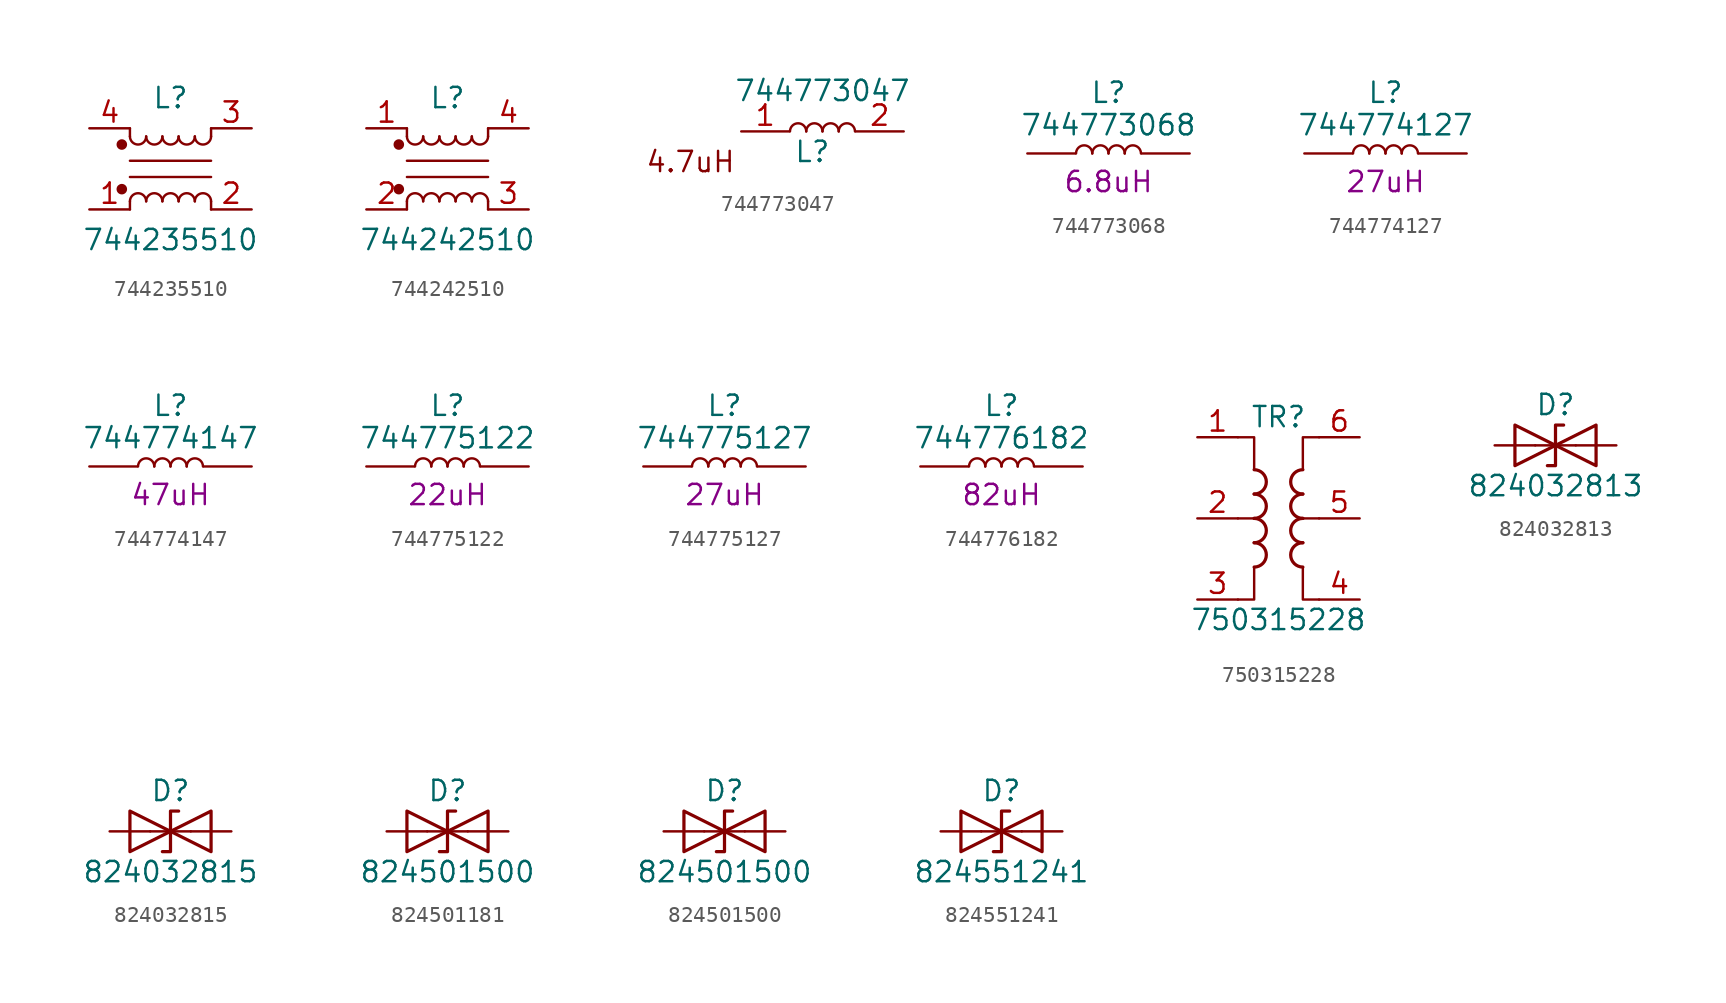
<source format=kicad_sym>
(kicad_symbol_lib
  (version 20231120)
  (generator "kicad_symbol_editor")
  (generator_version "8.0")
  (symbol "744235510"
    (pin_names
      (offset 0.254) hide)
    (property "Reference" "L"
      (at 0 4.445 0)
      (effects (font (size 1.27 1.27))))
    (property "Value" "744235510"
      (at 0 -4.445 0)
      (effects (font (size 1.27 1.27))))
    (symbol "744235510_0_1"
      (circle (center -3.048 -1.27) (radius 0.254) (stroke (width 0) (type default)) (fill (type outline)))
      (circle (center -3.048 1.524) (radius 0.254) (stroke (width 0) (type default)) (fill (type outline)))
      (arc (start -2.54 2.032) (mid -2.032 1.5262) (end -1.524 2.032) (stroke (width 0) (type default)) (fill (type none)))
      (arc (start -1.524 -2.032) (mid -2.032 -1.5262) (end -2.54 -2.032) (stroke (width 0) (type default)) (fill (type none)))
      (arc (start -1.524 2.032) (mid -1.016 1.5262) (end -0.508 2.032) (stroke (width 0) (type default)) (fill (type none)))
      (arc (start -0.508 -2.032) (mid -1.016 -1.5262) (end -1.524 -2.032) (stroke (width 0) (type default)) (fill (type none)))
      (arc (start -0.508 2.032) (mid 0 1.5262) (end 0.508 2.032) (stroke (width 0) (type default)) (fill (type none)))
      (polyline (pts (xy -2.54 -2.032) (xy -2.54 -2.54)) (stroke (width 0) (type default)) (fill (type none)))
      (polyline (pts (xy -2.54 0.508) (xy 2.54 0.508)) (stroke (width 0) (type default)) (fill (type none)))
      (polyline (pts (xy -2.54 2.032) (xy -2.54 2.54)) (stroke (width 0) (type default)) (fill (type none)))
      (polyline (pts (xy 2.54 -2.032) (xy 2.54 -2.54)) (stroke (width 0) (type default)) (fill (type none)))
      (polyline (pts (xy 2.54 -0.508) (xy -2.54 -0.508)) (stroke (width 0) (type default)) (fill (type none)))
      (polyline (pts (xy 2.54 2.54) (xy 2.54 2.032)) (stroke (width 0) (type default)) (fill (type none)))
      (arc (start 0.508 -2.032) (mid 0 -1.5262) (end -0.508 -2.032) (stroke (width 0) (type default)) (fill (type none)))
      (arc (start 0.508 2.032) (mid 1.016 1.5262) (end 1.524 2.032) (stroke (width 0) (type default)) (fill (type none)))
      (arc (start 1.524 -2.032) (mid 1.016 -1.5262) (end 0.508 -2.032) (stroke (width 0) (type default)) (fill (type none)))
      (arc (start 1.524 2.032) (mid 2.032 1.5262) (end 2.54 2.032) (stroke (width 0) (type default)) (fill (type none)))
      (arc (start 2.54 -2.032) (mid 2.032 -1.5262) (end 1.524 -2.032) (stroke (width 0) (type default)) (fill (type none))))
    (symbol "744235510_1_1"
      (pin passive line (at -5.08 -2.54 0) (length 2.54) (name "1" (effects (font (size 1.27 1.27)))) (number "1" (effects (font (size 1.27 1.27)))))
      (pin passive line (at 5.08 -2.54 180) (length 2.54) (name "2" (effects (font (size 1.27 1.27)))) (number "2" (effects (font (size 1.27 1.27)))))
      (pin passive line (at 5.08 2.54 180) (length 2.54) (name "3" (effects (font (size 1.27 1.27)))) (number "3" (effects (font (size 1.27 1.27)))))
      (pin passive line (at -5.08 2.54 0) (length 2.54) (name "4" (effects (font (size 1.27 1.27)))) (number "4" (effects (font (size 1.27 1.27)))))))
  (symbol "744242510"
    (pin_names
      (offset 0.254) hide)
    (property "Reference" "L"
      (at 0 4.445 0)
      (effects (font (size 1.27 1.27))))
    (property "Value" "744242510"
      (at 0 -4.445 0)
      (effects (font (size 1.27 1.27))))
    (symbol "744242510_0_1"
      (circle (center -3.048 -1.27) (radius 0.254) (stroke (width 0) (type default)) (fill (type outline)))
      (circle (center -3.048 1.524) (radius 0.254) (stroke (width 0) (type default)) (fill (type outline)))
      (arc (start -2.54 2.032) (mid -2.032 1.5262) (end -1.524 2.032) (stroke (width 0) (type default)) (fill (type none)))
      (arc (start -1.524 -2.032) (mid -2.032 -1.5262) (end -2.54 -2.032) (stroke (width 0) (type default)) (fill (type none)))
      (arc (start -1.524 2.032) (mid -1.016 1.5262) (end -0.508 2.032) (stroke (width 0) (type default)) (fill (type none)))
      (arc (start -0.508 -2.032) (mid -1.016 -1.5262) (end -1.524 -2.032) (stroke (width 0) (type default)) (fill (type none)))
      (arc (start -0.508 2.032) (mid 0 1.5262) (end 0.508 2.032) (stroke (width 0) (type default)) (fill (type none)))
      (polyline (pts (xy -2.54 -2.032) (xy -2.54 -2.54)) (stroke (width 0) (type default)) (fill (type none)))
      (polyline (pts (xy -2.54 0.508) (xy 2.54 0.508)) (stroke (width 0) (type default)) (fill (type none)))
      (polyline (pts (xy -2.54 2.032) (xy -2.54 2.54)) (stroke (width 0) (type default)) (fill (type none)))
      (polyline (pts (xy 2.54 -2.032) (xy 2.54 -2.54)) (stroke (width 0) (type default)) (fill (type none)))
      (polyline (pts (xy 2.54 -0.508) (xy -2.54 -0.508)) (stroke (width 0) (type default)) (fill (type none)))
      (polyline (pts (xy 2.54 2.54) (xy 2.54 2.032)) (stroke (width 0) (type default)) (fill (type none)))
      (arc (start 0.508 -2.032) (mid 0 -1.5262) (end -0.508 -2.032) (stroke (width 0) (type default)) (fill (type none)))
      (arc (start 0.508 2.032) (mid 1.016 1.5262) (end 1.524 2.032) (stroke (width 0) (type default)) (fill (type none)))
      (arc (start 1.524 -2.032) (mid 1.016 -1.5262) (end 0.508 -2.032) (stroke (width 0) (type default)) (fill (type none)))
      (arc (start 1.524 2.032) (mid 2.032 1.5262) (end 2.54 2.032) (stroke (width 0) (type default)) (fill (type none)))
      (arc (start 2.54 -2.032) (mid 2.032 -1.5262) (end 1.524 -2.032) (stroke (width 0) (type default)) (fill (type none))))
    (symbol "744242510_1_1"
      (pin passive line (at -5.08 2.54 0) (length 2.54) (name "1" (effects (font (size 1.27 1.27)))) (number "1" (effects (font (size 1.27 1.27)))))
      (pin passive line (at -5.08 -2.54 0) (length 2.54) (name "2" (effects (font (size 1.27 1.27)))) (number "2" (effects (font (size 1.27 1.27)))))
      (pin passive line (at 5.08 -2.54 180) (length 2.54) (name "3" (effects (font (size 1.27 1.27)))) (number "3" (effects (font (size 1.27 1.27)))))
      (pin passive line (at 5.08 2.54 180) (length 2.54) (name "4" (effects (font (size 1.27 1.27)))) (number "4" (effects (font (size 1.27 1.27)))))))
  (symbol "744773047"
    (property "Reference" "L"
      (at -0.635 -1.27 0)
      (effects (font (size 1.27 1.27))))
    (property "Value" "744773047"
      (at 0 2.54 0)
      (effects (font (size 1.27 1.27))))
    (symbol "744773047_0_0"
      (text "4.7uH" (at -8.255 -1.905 0) (effects (font (size 1.27 1.27)))))
    (symbol "744773047_0_1"
      (arc (start -1.016 0) (mid -1.524 0.5058) (end -2.032 0) (stroke (width 0) (type default)) (fill (type none)))
      (arc (start 0 0) (mid -0.508 0.5058) (end -1.016 0) (stroke (width 0) (type default)) (fill (type none)))
      (arc (start 1.016 0) (mid 0.508 0.5058) (end 0 0) (stroke (width 0) (type default)) (fill (type none)))
      (arc (start 2.032 0) (mid 1.524 0.5058) (end 1.016 0) (stroke (width 0) (type default)) (fill (type none))))
    (symbol "744773047_1_1"
      (pin passive line (at -5.08 0 0) (length 2.997) (name "~" (effects (font (size 1.27 1.27)))) (number "1" (effects (font (size 1.27 1.27)))))
      (pin passive line (at 5.08 0 180) (length 2.997) (name "~" (effects (font (size 1.27 1.27)))) (number "2" (effects (font (size 1.27 1.27)))))))
  (symbol "744773068"
    (pin_numbers hide)
    (pin_names
      (offset 0.254) hide)
    (property "Reference" "L"
      (at 0 3.81 0)
      (effects (font (size 1.27 1.27))))
    (property "Value" "744773068"
      (at 0 1.778 0)
      (effects (font (size 1.27 1.27))))
    (property "Inductor Value" "6.8uH"
      (at 0 -1.778 0)
      (effects (font (size 1.27 1.27))))
    (symbol "744773068_0_1"
      (arc (start -1.016 0) (mid -1.524 0.5058) (end -2.032 0) (stroke (width 0) (type default)) (fill (type none)))
      (arc (start 0 0) (mid -0.508 0.5058) (end -1.016 0) (stroke (width 0) (type default)) (fill (type none)))
      (arc (start 1.016 0) (mid 0.508 0.5058) (end 0 0) (stroke (width 0) (type default)) (fill (type none)))
      (arc (start 2.032 0) (mid 1.524 0.5058) (end 1.016 0) (stroke (width 0) (type default)) (fill (type none))))
    (symbol "744773068_1_1"
      (pin passive line (at -5.08 0 0) (length 2.997) (name "~" (effects (font (size 1.27 1.27)))) (number "1" (effects (font (size 1.27 1.27)))))
      (pin passive line (at 5.08 0 180) (length 2.997) (name "~" (effects (font (size 1.27 1.27)))) (number "2" (effects (font (size 1.27 1.27)))))))
  (symbol "744774127"
    (pin_numbers hide)
    (pin_names
      (offset 0.254) hide)
    (property "Reference" "L"
      (at 0 3.81 0)
      (effects (font (size 1.27 1.27))))
    (property "Value" "744774127"
      (at 0 1.778 0)
      (effects (font (size 1.27 1.27))))
    (property "Inductor Value" "27uH"
      (at 0 -1.778 0)
      (effects (font (size 1.27 1.27))))
    (symbol "744774127_0_1"
      (arc (start -1.016 0) (mid -1.524 0.5058) (end -2.032 0) (stroke (width 0) (type default)) (fill (type none)))
      (arc (start 0 0) (mid -0.508 0.5058) (end -1.016 0) (stroke (width 0) (type default)) (fill (type none)))
      (arc (start 1.016 0) (mid 0.508 0.5058) (end 0 0) (stroke (width 0) (type default)) (fill (type none)))
      (arc (start 2.032 0) (mid 1.524 0.5058) (end 1.016 0) (stroke (width 0) (type default)) (fill (type none))))
    (symbol "744774127_1_1"
      (pin passive line (at -5.08 0 0) (length 2.997) (name "~" (effects (font (size 1.27 1.27)))) (number "1" (effects (font (size 1.27 1.27)))))
      (pin passive line (at 5.08 0 180) (length 2.997) (name "~" (effects (font (size 1.27 1.27)))) (number "2" (effects (font (size 1.27 1.27)))))))
  (symbol "744774147"
    (pin_numbers hide)
    (pin_names
      (offset 0.254) hide)
    (property "Reference" "L"
      (at 0 3.81 0)
      (effects (font (size 1.27 1.27))))
    (property "Value" "744774147"
      (at 0 1.778 0)
      (effects (font (size 1.27 1.27))))
    (property "Inductor Value" "47uH"
      (at 0 -1.778 0)
      (effects (font (size 1.27 1.27))))
    (symbol "744774147_0_1"
      (arc (start -1.016 0) (mid -1.524 0.5058) (end -2.032 0) (stroke (width 0) (type default)) (fill (type none)))
      (arc (start 0 0) (mid -0.508 0.5058) (end -1.016 0) (stroke (width 0) (type default)) (fill (type none)))
      (arc (start 1.016 0) (mid 0.508 0.5058) (end 0 0) (stroke (width 0) (type default)) (fill (type none)))
      (arc (start 2.032 0) (mid 1.524 0.5058) (end 1.016 0) (stroke (width 0) (type default)) (fill (type none))))
    (symbol "744774147_1_1"
      (pin passive line (at -5.08 0 0) (length 2.997) (name "~" (effects (font (size 1.27 1.27)))) (number "1" (effects (font (size 1.27 1.27)))))
      (pin passive line (at 5.08 0 180) (length 2.997) (name "~" (effects (font (size 1.27 1.27)))) (number "2" (effects (font (size 1.27 1.27)))))))
  (symbol "744775122"
    (pin_numbers hide)
    (pin_names
      (offset 0.254) hide)
    (property "Reference" "L"
      (at 0 3.81 0)
      (effects (font (size 1.27 1.27))))
    (property "Value" "744775122"
      (at 0 1.778 0)
      (effects (font (size 1.27 1.27))))
    (property "Inductor Value" "22uH"
      (at 0 -1.778 0)
      (effects (font (size 1.27 1.27))))
    (symbol "744775122_0_1"
      (arc (start -1.016 0) (mid -1.524 0.5058) (end -2.032 0) (stroke (width 0) (type default)) (fill (type none)))
      (arc (start 0 0) (mid -0.508 0.5058) (end -1.016 0) (stroke (width 0) (type default)) (fill (type none)))
      (arc (start 1.016 0) (mid 0.508 0.5058) (end 0 0) (stroke (width 0) (type default)) (fill (type none)))
      (arc (start 2.032 0) (mid 1.524 0.5058) (end 1.016 0) (stroke (width 0) (type default)) (fill (type none))))
    (symbol "744775122_1_1"
      (pin passive line (at -5.08 0 0) (length 2.997) (name "~" (effects (font (size 1.27 1.27)))) (number "1" (effects (font (size 1.27 1.27)))))
      (pin passive line (at 5.08 0 180) (length 2.997) (name "~" (effects (font (size 1.27 1.27)))) (number "2" (effects (font (size 1.27 1.27)))))))
  (symbol "744775127"
    (pin_numbers hide)
    (pin_names
      (offset 0.254) hide)
    (property "Reference" "L"
      (at 0 3.81 0)
      (effects (font (size 1.27 1.27))))
    (property "Value" "744775127"
      (at 0 1.778 0)
      (effects (font (size 1.27 1.27))))
    (property "Inductor Value" "27uH"
      (at 0 -1.778 0)
      (effects (font (size 1.27 1.27))))
    (symbol "744775127_0_1"
      (arc (start -1.016 0) (mid -1.524 0.5058) (end -2.032 0) (stroke (width 0) (type default)) (fill (type none)))
      (arc (start 0 0) (mid -0.508 0.5058) (end -1.016 0) (stroke (width 0) (type default)) (fill (type none)))
      (arc (start 1.016 0) (mid 0.508 0.5058) (end 0 0) (stroke (width 0) (type default)) (fill (type none)))
      (arc (start 2.032 0) (mid 1.524 0.5058) (end 1.016 0) (stroke (width 0) (type default)) (fill (type none))))
    (symbol "744775127_1_1"
      (pin passive line (at -5.08 0 0) (length 2.997) (name "~" (effects (font (size 1.27 1.27)))) (number "1" (effects (font (size 1.27 1.27)))))
      (pin passive line (at 5.08 0 180) (length 2.997) (name "~" (effects (font (size 1.27 1.27)))) (number "2" (effects (font (size 1.27 1.27)))))))
  (symbol "744776182"
    (pin_numbers hide)
    (pin_names
      (offset 0.254) hide)
    (property "Reference" "L"
      (at 0 3.81 0)
      (effects (font (size 1.27 1.27))))
    (property "Value" "744776182"
      (at 0 1.778 0)
      (effects (font (size 1.27 1.27))))
    (property "Inductor Value" "82uH"
      (at 0 -1.778 0)
      (effects (font (size 1.27 1.27))))
    (symbol "744776182_0_1"
      (arc (start -1.016 0) (mid -1.524 0.5058) (end -2.032 0) (stroke (width 0) (type default)) (fill (type none)))
      (arc (start 0 0) (mid -0.508 0.5058) (end -1.016 0) (stroke (width 0) (type default)) (fill (type none)))
      (arc (start 1.016 0) (mid 0.508 0.5058) (end 0 0) (stroke (width 0) (type default)) (fill (type none)))
      (arc (start 2.032 0) (mid 1.524 0.5058) (end 1.016 0) (stroke (width 0) (type default)) (fill (type none))))
    (symbol "744776182_1_1"
      (pin passive line (at -5.08 0 0) (length 2.997) (name "~" (effects (font (size 1.27 1.27)))) (number "1" (effects (font (size 1.27 1.27)))))
      (pin passive line (at 5.08 0 180) (length 2.997) (name "~" (effects (font (size 1.27 1.27)))) (number "2" (effects (font (size 1.27 1.27)))))))
  (symbol "750315228"
    (pin_names hide)
    (property "Reference" "TR"
      (at 0 6.35 0)
      (effects (font (size 1.27 1.27))))
    (property "Value" "750315228"
      (at 0 -6.35 0)
      (effects (font (size 1.27 1.27))))
    (symbol "750315228_0_1"
      (arc (start -1.524 -3.048) (mid -0.7653 -2.286) (end -1.524 -1.524) (stroke (width 0.2032) (type default)) (fill (type none)))
      (arc (start -1.524 -1.524) (mid -0.7653 -0.762) (end -1.524 0) (stroke (width 0.2032) (type default)) (fill (type none)))
      (arc (start -1.524 0) (mid -0.7653 0.762) (end -1.524 1.524) (stroke (width 0.2032) (type default)) (fill (type none)))
      (arc (start -1.524 1.524) (mid -0.7653 2.286) (end -1.524 3.048) (stroke (width 0.2032) (type default)) (fill (type none)))
      (polyline (pts (xy 2.54 0) (xy 1.27 0)) (stroke (width 0.152) (type default)) (fill (type none)))
      (polyline (pts (xy -2.54 5.08) (xy -1.524 5.08) (xy -1.524 3.048)) (stroke (width 0.152) (type default)) (fill (type none)))
      (polyline (pts (xy -1.524 -3.048) (xy -1.524 -5.08) (xy -2.54 -5.08)) (stroke (width 0.152) (type default)) (fill (type none)))
      (polyline (pts (xy 1.524 3.048) (xy 1.524 5.08) (xy 2.54 5.08)) (stroke (width 0.152) (type default)) (fill (type none)))
      (polyline (pts (xy 2.54 -5.08) (xy 1.524 -5.08) (xy 1.524 -3.048)) (stroke (width 0.152) (type default)) (fill (type none)))
      (arc (start 1.524 -1.524) (mid 0.7653 -2.286) (end 1.524 -3.048) (stroke (width 0.2032) (type default)) (fill (type none)))
      (arc (start 1.524 0) (mid 0.7653 -0.762) (end 1.524 -1.524) (stroke (width 0.2032) (type default)) (fill (type none)))
      (arc (start 1.524 1.524) (mid 0.7653 0.762) (end 1.524 0) (stroke (width 0.2032) (type default)) (fill (type none)))
      (arc (start 1.524 3.048) (mid 0.7653 2.286) (end 1.524 1.524) (stroke (width 0.2032) (type default)) (fill (type none))))
    (symbol "750315228_1_1"
      (polyline (pts (xy -2.54 0) (xy -1.27 0)) (stroke (width 0.152) (type default)) (fill (type none)))
      (pin passive line (at -5.08 5.08 0) (length 2.54) (name "~" (effects (font (size 1.27 1.27)))) (number "1" (effects (font (size 1.27 1.27)))))
      (pin passive line (at -5.08 0 0) (length 2.54) (name "~" (effects (font (size 1.27 1.27)))) (number "2" (effects (font (size 1.27 1.27)))))
      (pin passive line (at -5.08 -5.08 0) (length 2.54) (name "~" (effects (font (size 1.27 1.27)))) (number "3" (effects (font (size 1.27 1.27)))))
      (pin passive line (at 5.08 -5.08 180) (length 2.54) (name "~" (effects (font (size 1.27 1.27)))) (number "4" (effects (font (size 1.27 1.27)))))
      (pin passive line (at 5.08 0 180) (length 2.54) (name "~" (effects (font (size 1.27 1.27)))) (number "5" (effects (font (size 1.27 1.27)))))
      (pin passive line (at 5.08 5.08 180) (length 2.54) (name "~" (effects (font (size 1.27 1.27)))) (number "6" (effects (font (size 1.27 1.27)))))))
  (symbol "824032813"
    (pin_numbers hide)
    (pin_names
      (offset 1.016) hide)
    (property "Reference" "D"
      (at 0 2.54 0)
      (effects (font (size 1.27 1.27))))
    (property "Value" "824032813"
      (at 0 -2.54 0)
      (effects (font (size 1.27 1.27))))
    (symbol "824032813_0_1"
      (polyline (pts (xy 1.27 0) (xy -1.27 0)) (stroke (width 0) (type default)) (fill (type none)))
      (polyline (pts (xy -2.54 -1.27) (xy 0 0) (xy -2.54 1.27) (xy -2.54 -1.27)) (stroke (width 0.203) (type default)) (fill (type none)))
      (polyline (pts (xy 0.508 1.27) (xy 0 1.27) (xy 0 -1.27) (xy -0.508 -1.27)) (stroke (width 0.203) (type default)) (fill (type none)))
      (polyline (pts (xy 2.54 1.27) (xy 2.54 -1.27) (xy 0 0) (xy 2.54 1.27)) (stroke (width 0.203) (type default)) (fill (type none))))
    (symbol "824032813_1_1"
      (pin passive line (at -3.81 0 0) (length 2.54) (name "A1" (effects (font (size 1.27 1.27)))) (number "1" (effects (font (size 1.27 1.27)))))
      (pin passive line (at 3.81 0 180) (length 2.54) (name "A2" (effects (font (size 1.27 1.27)))) (number "2" (effects (font (size 1.27 1.27)))))))
  (symbol "824032815"
    (pin_numbers hide)
    (pin_names
      (offset 1.016) hide)
    (property "Reference" "D"
      (at 0 2.54 0)
      (effects (font (size 1.27 1.27))))
    (property "Value" "824032815"
      (at 0 -2.54 0)
      (effects (font (size 1.27 1.27))))
    (symbol "824032815_0_1"
      (polyline (pts (xy 1.27 0) (xy -1.27 0)) (stroke (width 0) (type default)) (fill (type none)))
      (polyline (pts (xy -2.54 -1.27) (xy 0 0) (xy -2.54 1.27) (xy -2.54 -1.27)) (stroke (width 0.203) (type default)) (fill (type none)))
      (polyline (pts (xy 0.508 1.27) (xy 0 1.27) (xy 0 -1.27) (xy -0.508 -1.27)) (stroke (width 0.203) (type default)) (fill (type none)))
      (polyline (pts (xy 2.54 1.27) (xy 2.54 -1.27) (xy 0 0) (xy 2.54 1.27)) (stroke (width 0.203) (type default)) (fill (type none))))
    (symbol "824032815_1_1"
      (pin passive line (at -3.81 0 0) (length 2.54) (name "A1" (effects (font (size 1.27 1.27)))) (number "1" (effects (font (size 1.27 1.27)))))
      (pin passive line (at 3.81 0 180) (length 2.54) (name "A2" (effects (font (size 1.27 1.27)))) (number "2" (effects (font (size 1.27 1.27)))))))
  (symbol "824501181"
    (pin_numbers hide)
    (pin_names
      (offset 1.016) hide)
    (property "Reference" "D"
      (at 0 2.54 0)
      (effects (font (size 1.27 1.27))))
    (property "Value" "824501500"
      (at 0 -2.54 0)
      (effects (font (size 1.27 1.27))))
    (symbol "824501181_0_1"
      (polyline (pts (xy 1.27 0) (xy -1.27 0)) (stroke (width 0) (type default)) (fill (type none)))
      (polyline (pts (xy -2.54 -1.27) (xy 0 0) (xy -2.54 1.27) (xy -2.54 -1.27)) (stroke (width 0.203) (type default)) (fill (type none)))
      (polyline (pts (xy 0.508 1.27) (xy 0 1.27) (xy 0 -1.27) (xy -0.508 -1.27)) (stroke (width 0.203) (type default)) (fill (type none)))
      (polyline (pts (xy 2.54 1.27) (xy 2.54 -1.27) (xy 0 0) (xy 2.54 1.27)) (stroke (width 0.203) (type default)) (fill (type none))))
    (symbol "824501181_1_1"
      (pin passive line (at -3.81 0 0) (length 2.54) (name "A1" (effects (font (size 1.27 1.27)))) (number "1" (effects (font (size 1.27 1.27)))))
      (pin passive line (at 3.81 0 180) (length 2.54) (name "A2" (effects (font (size 1.27 1.27)))) (number "2" (effects (font (size 1.27 1.27)))))))
  (symbol "824501500"
    (pin_numbers hide)
    (pin_names
      (offset 1.016) hide)
    (property "Reference" "D"
      (at 0 2.54 0)
      (effects (font (size 1.27 1.27))))
    (property "Value" "824501500"
      (at 0 -2.54 0)
      (effects (font (size 1.27 1.27))))
    (symbol "824501500_0_1"
      (polyline (pts (xy 1.27 0) (xy -1.27 0)) (stroke (width 0) (type default)) (fill (type none)))
      (polyline (pts (xy -2.54 -1.27) (xy 0 0) (xy -2.54 1.27) (xy -2.54 -1.27)) (stroke (width 0.203) (type default)) (fill (type none)))
      (polyline (pts (xy 0.508 1.27) (xy 0 1.27) (xy 0 -1.27) (xy -0.508 -1.27)) (stroke (width 0.203) (type default)) (fill (type none)))
      (polyline (pts (xy 2.54 1.27) (xy 2.54 -1.27) (xy 0 0) (xy 2.54 1.27)) (stroke (width 0.203) (type default)) (fill (type none))))
    (symbol "824501500_1_1"
      (pin passive line (at -3.81 0 0) (length 2.54) (name "A1" (effects (font (size 1.27 1.27)))) (number "1" (effects (font (size 1.27 1.27)))))
      (pin passive line (at 3.81 0 180) (length 2.54) (name "A2" (effects (font (size 1.27 1.27)))) (number "2" (effects (font (size 1.27 1.27)))))))
  (symbol "824551241"
    (pin_numbers hide)
    (pin_names
      (offset 1.016) hide)
    (property "Reference" "D"
      (at 0 2.54 0)
      (effects (font (size 1.27 1.27))))
    (property "Value" "824551241"
      (at 0 -2.54 0)
      (effects (font (size 1.27 1.27))))
    (symbol "824551241_0_1"
      (polyline (pts (xy 1.27 0) (xy -1.27 0)) (stroke (width 0) (type default)) (fill (type none)))
      (polyline (pts (xy -2.54 -1.27) (xy 0 0) (xy -2.54 1.27) (xy -2.54 -1.27)) (stroke (width 0.203) (type default)) (fill (type none)))
      (polyline (pts (xy 0.508 1.27) (xy 0 1.27) (xy 0 -1.27) (xy -0.508 -1.27)) (stroke (width 0.203) (type default)) (fill (type none)))
      (polyline (pts (xy 2.54 1.27) (xy 2.54 -1.27) (xy 0 0) (xy 2.54 1.27)) (stroke (width 0.203) (type default)) (fill (type none))))
    (symbol "824551241_1_1"
      (pin passive line (at -3.81 0 0) (length 2.54) (name "A1" (effects (font (size 1.27 1.27)))) (number "1" (effects (font (size 1.27 1.27)))))
      (pin passive line (at 3.81 0 180) (length 2.54) (name "A2" (effects (font (size 1.27 1.27)))) (number "2" (effects (font (size 1.27 1.27))))))))
</source>
